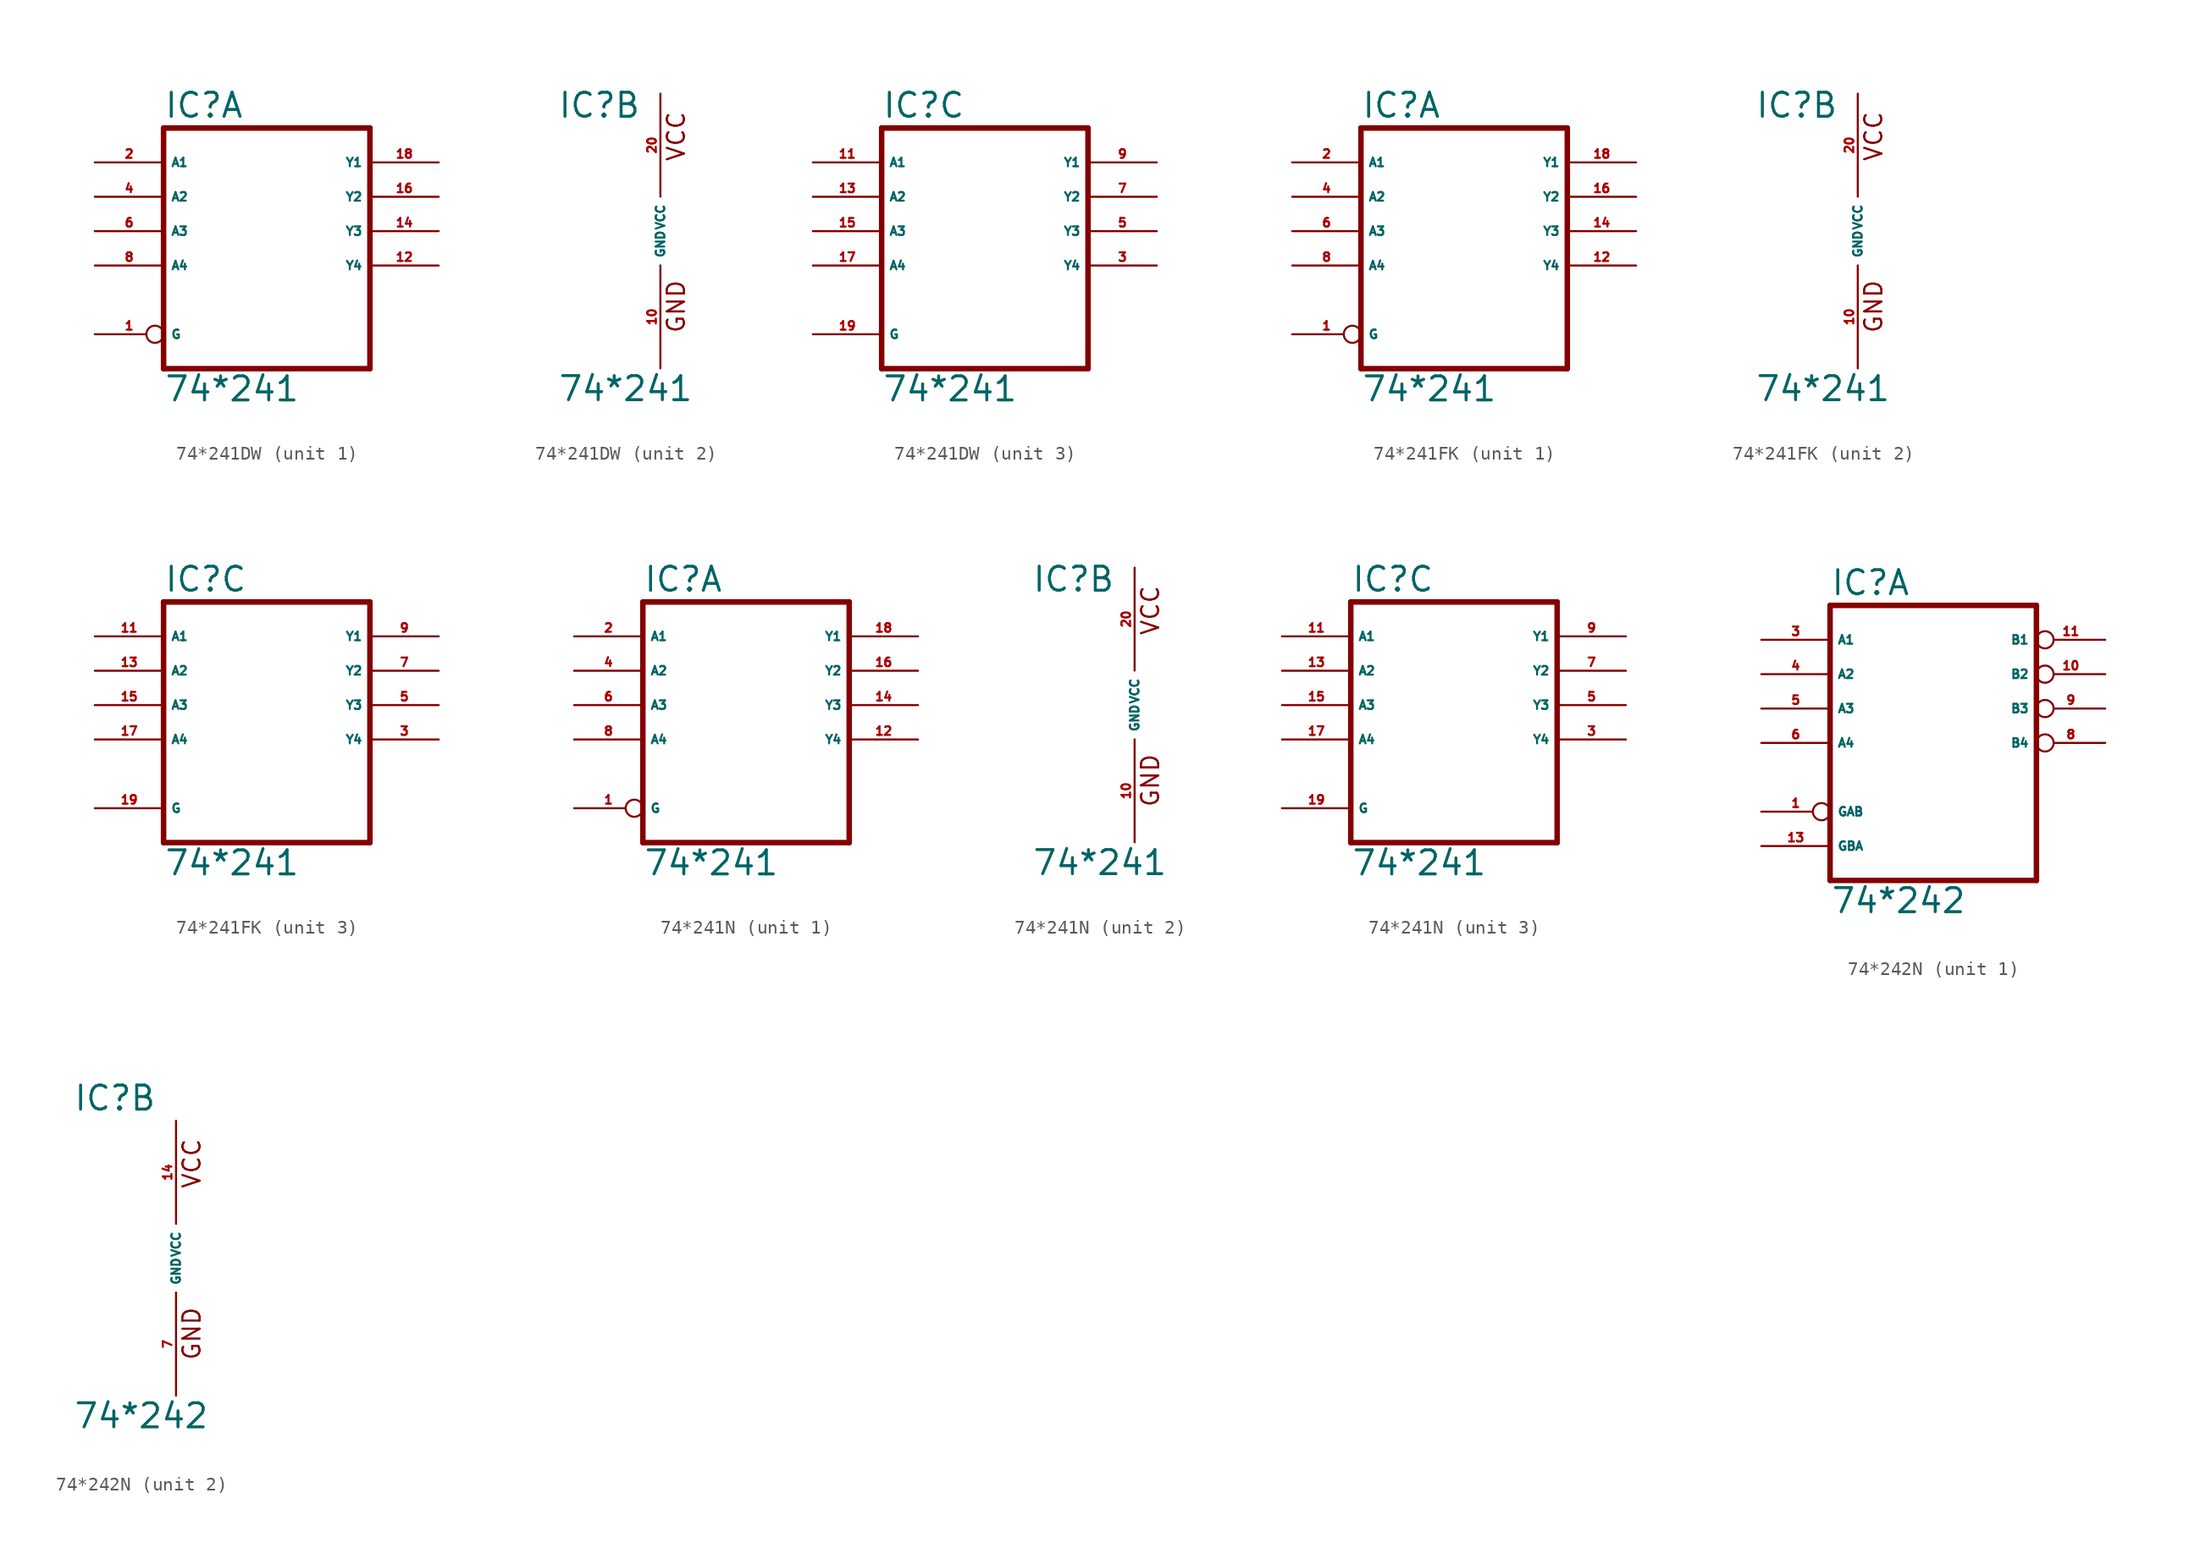
<source format=kicad_sym>
(kicad_symbol_lib
  (version 20220914)
  (generator Eagle2Kicad)
  (symbol "74*241DW"
    (property "Reference" "IC"
      (at -7.62 8.255 0)
      (effects (font (size 1.778 1.778) (thickness 0.22)) (justify left bottom)))
    (property "Value" "74*241"
      (at -7.62 -12.7 0)
      (effects (font (size 1.778 1.778) (thickness 0.22)) (justify left bottom)))
    (symbol "74*241DW_1_0"
      (polyline (pts (xy -7.62 -10.16) (xy 7.62 -10.16)) (stroke (width 0.406) (type default)) (fill (type none)))
      (polyline (pts (xy 7.62 -10.16) (xy 7.62 7.62)) (stroke (width 0.406) (type default)) (fill (type none)))
      (polyline (pts (xy 7.62 7.62) (xy -7.62 7.62)) (stroke (width 0.406) (type default)) (fill (type none)))
      (polyline (pts (xy -7.62 7.62) (xy -7.62 -10.16)) (stroke (width 0.406) (type default)) (fill (type none)))
      (pin input inverted (at -12.7 -7.62 0) (length 5.08) (name "G" (effects (font (size 0.635 0.635) (thickness 0.08)) (justify left bottom))) (number "1" (effects (font (size 0.635 0.635) (thickness 0.08)) (justify left bottom))))
      (pin input line (at -12.7 5.08 0) (length 5.08) (name "A1" (effects (font (size 0.635 0.635) (thickness 0.08)) (justify left bottom))) (number "2" (effects (font (size 0.635 0.635) (thickness 0.08)) (justify left bottom))))
      (pin input line (at -12.7 2.54 0) (length 5.08) (name "A2" (effects (font (size 0.635 0.635) (thickness 0.08)) (justify left bottom))) (number "4" (effects (font (size 0.635 0.635) (thickness 0.08)) (justify left bottom))))
      (pin input line (at -12.7 0 0) (length 5.08) (name "A3" (effects (font (size 0.635 0.635) (thickness 0.08)) (justify left bottom))) (number "6" (effects (font (size 0.635 0.635) (thickness 0.08)) (justify left bottom))))
      (pin input line (at -12.7 -2.54 0) (length 5.08) (name "A4" (effects (font (size 0.635 0.635) (thickness 0.08)) (justify left bottom))) (number "8" (effects (font (size 0.635 0.635) (thickness 0.08)) (justify left bottom))))
      (pin tri_state line (at 12.7 -2.54 180) (length 5.08) (name "Y4" (effects (font (size 0.635 0.635) (thickness 0.08)) (justify left bottom))) (number "12" (effects (font (size 0.635 0.635) (thickness 0.08)) (justify left bottom))))
      (pin tri_state line (at 12.7 0 180) (length 5.08) (name "Y3" (effects (font (size 0.635 0.635) (thickness 0.08)) (justify left bottom))) (number "14" (effects (font (size 0.635 0.635) (thickness 0.08)) (justify left bottom))))
      (pin tri_state line (at 12.7 2.54 180) (length 5.08) (name "Y2" (effects (font (size 0.635 0.635) (thickness 0.08)) (justify left bottom))) (number "16" (effects (font (size 0.635 0.635) (thickness 0.08)) (justify left bottom))))
      (pin tri_state line (at 12.7 5.08 180) (length 5.08) (name "Y1" (effects (font (size 0.635 0.635) (thickness 0.08)) (justify left bottom))) (number "18" (effects (font (size 0.635 0.635) (thickness 0.08)) (justify left bottom)))))
    (symbol "74*241DW_2_0"
      (text "GND" (at 1.905 -7.62 900) (effects (font (size 1.27 1.27) (thickness 0.16)) (justify left bottom)))
      (text "VCC" (at 1.905 5.08 900) (effects (font (size 1.27 1.27) (thickness 0.16)) (justify left bottom)))
      (pin unspecified line (at 0 -10.16 90) (length 7.62) (name "GND" (effects (font (size 0.635 0.635) (thickness 0.08)) (justify left bottom))) (number "10" (effects (font (size 0.635 0.635) (thickness 0.08)) (justify left bottom))))
      (pin unspecified line (at 0 10.16 270) (length 7.62) (name "VCC" (effects (font (size 0.635 0.635) (thickness 0.08)) (justify left bottom))) (number "20" (effects (font (size 0.635 0.635) (thickness 0.08)) (justify left bottom)))))
    (symbol "74*241DW_3_0"
      (polyline (pts (xy -7.62 -10.16) (xy 7.62 -10.16)) (stroke (width 0.406) (type default)) (fill (type none)))
      (polyline (pts (xy 7.62 -10.16) (xy 7.62 7.62)) (stroke (width 0.406) (type default)) (fill (type none)))
      (polyline (pts (xy 7.62 7.62) (xy -7.62 7.62)) (stroke (width 0.406) (type default)) (fill (type none)))
      (polyline (pts (xy -7.62 7.62) (xy -7.62 -10.16)) (stroke (width 0.406) (type default)) (fill (type none)))
      (pin input line (at -12.7 -7.62 0) (length 5.08) (name "G" (effects (font (size 0.635 0.635) (thickness 0.08)) (justify left bottom))) (number "19" (effects (font (size 0.635 0.635) (thickness 0.08)) (justify left bottom))))
      (pin input line (at -12.7 5.08 0) (length 5.08) (name "A1" (effects (font (size 0.635 0.635) (thickness 0.08)) (justify left bottom))) (number "11" (effects (font (size 0.635 0.635) (thickness 0.08)) (justify left bottom))))
      (pin input line (at -12.7 2.54 0) (length 5.08) (name "A2" (effects (font (size 0.635 0.635) (thickness 0.08)) (justify left bottom))) (number "13" (effects (font (size 0.635 0.635) (thickness 0.08)) (justify left bottom))))
      (pin input line (at -12.7 0 0) (length 5.08) (name "A3" (effects (font (size 0.635 0.635) (thickness 0.08)) (justify left bottom))) (number "15" (effects (font (size 0.635 0.635) (thickness 0.08)) (justify left bottom))))
      (pin input line (at -12.7 -2.54 0) (length 5.08) (name "A4" (effects (font (size 0.635 0.635) (thickness 0.08)) (justify left bottom))) (number "17" (effects (font (size 0.635 0.635) (thickness 0.08)) (justify left bottom))))
      (pin tri_state line (at 12.7 -2.54 180) (length 5.08) (name "Y4" (effects (font (size 0.635 0.635) (thickness 0.08)) (justify left bottom))) (number "3" (effects (font (size 0.635 0.635) (thickness 0.08)) (justify left bottom))))
      (pin tri_state line (at 12.7 0 180) (length 5.08) (name "Y3" (effects (font (size 0.635 0.635) (thickness 0.08)) (justify left bottom))) (number "5" (effects (font (size 0.635 0.635) (thickness 0.08)) (justify left bottom))))
      (pin tri_state line (at 12.7 2.54 180) (length 5.08) (name "Y2" (effects (font (size 0.635 0.635) (thickness 0.08)) (justify left bottom))) (number "7" (effects (font (size 0.635 0.635) (thickness 0.08)) (justify left bottom))))
      (pin tri_state line (at 12.7 5.08 180) (length 5.08) (name "Y1" (effects (font (size 0.635 0.635) (thickness 0.08)) (justify left bottom))) (number "9" (effects (font (size 0.635 0.635) (thickness 0.08)) (justify left bottom))))))
  (symbol "74*241FK"
    (property "Reference" "IC"
      (at -7.62 8.255 0)
      (effects (font (size 1.778 1.778) (thickness 0.22)) (justify left bottom)))
    (property "Value" "74*241"
      (at -7.62 -12.7 0)
      (effects (font (size 1.778 1.778) (thickness 0.22)) (justify left bottom)))
    (symbol "74*241FK_1_0"
      (polyline (pts (xy -7.62 -10.16) (xy 7.62 -10.16)) (stroke (width 0.406) (type default)) (fill (type none)))
      (polyline (pts (xy 7.62 -10.16) (xy 7.62 7.62)) (stroke (width 0.406) (type default)) (fill (type none)))
      (polyline (pts (xy 7.62 7.62) (xy -7.62 7.62)) (stroke (width 0.406) (type default)) (fill (type none)))
      (polyline (pts (xy -7.62 7.62) (xy -7.62 -10.16)) (stroke (width 0.406) (type default)) (fill (type none)))
      (pin input inverted (at -12.7 -7.62 0) (length 5.08) (name "G" (effects (font (size 0.635 0.635) (thickness 0.08)) (justify left bottom))) (number "1" (effects (font (size 0.635 0.635) (thickness 0.08)) (justify left bottom))))
      (pin input line (at -12.7 5.08 0) (length 5.08) (name "A1" (effects (font (size 0.635 0.635) (thickness 0.08)) (justify left bottom))) (number "2" (effects (font (size 0.635 0.635) (thickness 0.08)) (justify left bottom))))
      (pin input line (at -12.7 2.54 0) (length 5.08) (name "A2" (effects (font (size 0.635 0.635) (thickness 0.08)) (justify left bottom))) (number "4" (effects (font (size 0.635 0.635) (thickness 0.08)) (justify left bottom))))
      (pin input line (at -12.7 0 0) (length 5.08) (name "A3" (effects (font (size 0.635 0.635) (thickness 0.08)) (justify left bottom))) (number "6" (effects (font (size 0.635 0.635) (thickness 0.08)) (justify left bottom))))
      (pin input line (at -12.7 -2.54 0) (length 5.08) (name "A4" (effects (font (size 0.635 0.635) (thickness 0.08)) (justify left bottom))) (number "8" (effects (font (size 0.635 0.635) (thickness 0.08)) (justify left bottom))))
      (pin tri_state line (at 12.7 -2.54 180) (length 5.08) (name "Y4" (effects (font (size 0.635 0.635) (thickness 0.08)) (justify left bottom))) (number "12" (effects (font (size 0.635 0.635) (thickness 0.08)) (justify left bottom))))
      (pin tri_state line (at 12.7 0 180) (length 5.08) (name "Y3" (effects (font (size 0.635 0.635) (thickness 0.08)) (justify left bottom))) (number "14" (effects (font (size 0.635 0.635) (thickness 0.08)) (justify left bottom))))
      (pin tri_state line (at 12.7 2.54 180) (length 5.08) (name "Y2" (effects (font (size 0.635 0.635) (thickness 0.08)) (justify left bottom))) (number "16" (effects (font (size 0.635 0.635) (thickness 0.08)) (justify left bottom))))
      (pin tri_state line (at 12.7 5.08 180) (length 5.08) (name "Y1" (effects (font (size 0.635 0.635) (thickness 0.08)) (justify left bottom))) (number "18" (effects (font (size 0.635 0.635) (thickness 0.08)) (justify left bottom)))))
    (symbol "74*241FK_2_0"
      (text "GND" (at 1.905 -7.62 900) (effects (font (size 1.27 1.27) (thickness 0.16)) (justify left bottom)))
      (text "VCC" (at 1.905 5.08 900) (effects (font (size 1.27 1.27) (thickness 0.16)) (justify left bottom)))
      (pin unspecified line (at 0 -10.16 90) (length 7.62) (name "GND" (effects (font (size 0.635 0.635) (thickness 0.08)) (justify left bottom))) (number "10" (effects (font (size 0.635 0.635) (thickness 0.08)) (justify left bottom))))
      (pin unspecified line (at 0 10.16 270) (length 7.62) (name "VCC" (effects (font (size 0.635 0.635) (thickness 0.08)) (justify left bottom))) (number "20" (effects (font (size 0.635 0.635) (thickness 0.08)) (justify left bottom)))))
    (symbol "74*241FK_3_0"
      (polyline (pts (xy -7.62 -10.16) (xy 7.62 -10.16)) (stroke (width 0.406) (type default)) (fill (type none)))
      (polyline (pts (xy 7.62 -10.16) (xy 7.62 7.62)) (stroke (width 0.406) (type default)) (fill (type none)))
      (polyline (pts (xy 7.62 7.62) (xy -7.62 7.62)) (stroke (width 0.406) (type default)) (fill (type none)))
      (polyline (pts (xy -7.62 7.62) (xy -7.62 -10.16)) (stroke (width 0.406) (type default)) (fill (type none)))
      (pin input line (at -12.7 -7.62 0) (length 5.08) (name "G" (effects (font (size 0.635 0.635) (thickness 0.08)) (justify left bottom))) (number "19" (effects (font (size 0.635 0.635) (thickness 0.08)) (justify left bottom))))
      (pin input line (at -12.7 5.08 0) (length 5.08) (name "A1" (effects (font (size 0.635 0.635) (thickness 0.08)) (justify left bottom))) (number "11" (effects (font (size 0.635 0.635) (thickness 0.08)) (justify left bottom))))
      (pin input line (at -12.7 2.54 0) (length 5.08) (name "A2" (effects (font (size 0.635 0.635) (thickness 0.08)) (justify left bottom))) (number "13" (effects (font (size 0.635 0.635) (thickness 0.08)) (justify left bottom))))
      (pin input line (at -12.7 0 0) (length 5.08) (name "A3" (effects (font (size 0.635 0.635) (thickness 0.08)) (justify left bottom))) (number "15" (effects (font (size 0.635 0.635) (thickness 0.08)) (justify left bottom))))
      (pin input line (at -12.7 -2.54 0) (length 5.08) (name "A4" (effects (font (size 0.635 0.635) (thickness 0.08)) (justify left bottom))) (number "17" (effects (font (size 0.635 0.635) (thickness 0.08)) (justify left bottom))))
      (pin tri_state line (at 12.7 -2.54 180) (length 5.08) (name "Y4" (effects (font (size 0.635 0.635) (thickness 0.08)) (justify left bottom))) (number "3" (effects (font (size 0.635 0.635) (thickness 0.08)) (justify left bottom))))
      (pin tri_state line (at 12.7 0 180) (length 5.08) (name "Y3" (effects (font (size 0.635 0.635) (thickness 0.08)) (justify left bottom))) (number "5" (effects (font (size 0.635 0.635) (thickness 0.08)) (justify left bottom))))
      (pin tri_state line (at 12.7 2.54 180) (length 5.08) (name "Y2" (effects (font (size 0.635 0.635) (thickness 0.08)) (justify left bottom))) (number "7" (effects (font (size 0.635 0.635) (thickness 0.08)) (justify left bottom))))
      (pin tri_state line (at 12.7 5.08 180) (length 5.08) (name "Y1" (effects (font (size 0.635 0.635) (thickness 0.08)) (justify left bottom))) (number "9" (effects (font (size 0.635 0.635) (thickness 0.08)) (justify left bottom))))))
  (symbol "74*241N"
    (property "Reference" "IC"
      (at -7.62 8.255 0)
      (effects (font (size 1.778 1.778) (thickness 0.22)) (justify left bottom)))
    (property "Value" "74*241"
      (at -7.62 -12.7 0)
      (effects (font (size 1.778 1.778) (thickness 0.22)) (justify left bottom)))
    (symbol "74*241N_1_0"
      (polyline (pts (xy -7.62 -10.16) (xy 7.62 -10.16)) (stroke (width 0.406) (type default)) (fill (type none)))
      (polyline (pts (xy 7.62 -10.16) (xy 7.62 7.62)) (stroke (width 0.406) (type default)) (fill (type none)))
      (polyline (pts (xy 7.62 7.62) (xy -7.62 7.62)) (stroke (width 0.406) (type default)) (fill (type none)))
      (polyline (pts (xy -7.62 7.62) (xy -7.62 -10.16)) (stroke (width 0.406) (type default)) (fill (type none)))
      (pin input inverted (at -12.7 -7.62 0) (length 5.08) (name "G" (effects (font (size 0.635 0.635) (thickness 0.08)) (justify left bottom))) (number "1" (effects (font (size 0.635 0.635) (thickness 0.08)) (justify left bottom))))
      (pin input line (at -12.7 5.08 0) (length 5.08) (name "A1" (effects (font (size 0.635 0.635) (thickness 0.08)) (justify left bottom))) (number "2" (effects (font (size 0.635 0.635) (thickness 0.08)) (justify left bottom))))
      (pin input line (at -12.7 2.54 0) (length 5.08) (name "A2" (effects (font (size 0.635 0.635) (thickness 0.08)) (justify left bottom))) (number "4" (effects (font (size 0.635 0.635) (thickness 0.08)) (justify left bottom))))
      (pin input line (at -12.7 0 0) (length 5.08) (name "A3" (effects (font (size 0.635 0.635) (thickness 0.08)) (justify left bottom))) (number "6" (effects (font (size 0.635 0.635) (thickness 0.08)) (justify left bottom))))
      (pin input line (at -12.7 -2.54 0) (length 5.08) (name "A4" (effects (font (size 0.635 0.635) (thickness 0.08)) (justify left bottom))) (number "8" (effects (font (size 0.635 0.635) (thickness 0.08)) (justify left bottom))))
      (pin tri_state line (at 12.7 -2.54 180) (length 5.08) (name "Y4" (effects (font (size 0.635 0.635) (thickness 0.08)) (justify left bottom))) (number "12" (effects (font (size 0.635 0.635) (thickness 0.08)) (justify left bottom))))
      (pin tri_state line (at 12.7 0 180) (length 5.08) (name "Y3" (effects (font (size 0.635 0.635) (thickness 0.08)) (justify left bottom))) (number "14" (effects (font (size 0.635 0.635) (thickness 0.08)) (justify left bottom))))
      (pin tri_state line (at 12.7 2.54 180) (length 5.08) (name "Y2" (effects (font (size 0.635 0.635) (thickness 0.08)) (justify left bottom))) (number "16" (effects (font (size 0.635 0.635) (thickness 0.08)) (justify left bottom))))
      (pin tri_state line (at 12.7 5.08 180) (length 5.08) (name "Y1" (effects (font (size 0.635 0.635) (thickness 0.08)) (justify left bottom))) (number "18" (effects (font (size 0.635 0.635) (thickness 0.08)) (justify left bottom)))))
    (symbol "74*241N_2_0"
      (text "GND" (at 1.905 -7.62 900) (effects (font (size 1.27 1.27) (thickness 0.16)) (justify left bottom)))
      (text "VCC" (at 1.905 5.08 900) (effects (font (size 1.27 1.27) (thickness 0.16)) (justify left bottom)))
      (pin unspecified line (at 0 -10.16 90) (length 7.62) (name "GND" (effects (font (size 0.635 0.635) (thickness 0.08)) (justify left bottom))) (number "10" (effects (font (size 0.635 0.635) (thickness 0.08)) (justify left bottom))))
      (pin unspecified line (at 0 10.16 270) (length 7.62) (name "VCC" (effects (font (size 0.635 0.635) (thickness 0.08)) (justify left bottom))) (number "20" (effects (font (size 0.635 0.635) (thickness 0.08)) (justify left bottom)))))
    (symbol "74*241N_3_0"
      (polyline (pts (xy -7.62 -10.16) (xy 7.62 -10.16)) (stroke (width 0.406) (type default)) (fill (type none)))
      (polyline (pts (xy 7.62 -10.16) (xy 7.62 7.62)) (stroke (width 0.406) (type default)) (fill (type none)))
      (polyline (pts (xy 7.62 7.62) (xy -7.62 7.62)) (stroke (width 0.406) (type default)) (fill (type none)))
      (polyline (pts (xy -7.62 7.62) (xy -7.62 -10.16)) (stroke (width 0.406) (type default)) (fill (type none)))
      (pin input line (at -12.7 -7.62 0) (length 5.08) (name "G" (effects (font (size 0.635 0.635) (thickness 0.08)) (justify left bottom))) (number "19" (effects (font (size 0.635 0.635) (thickness 0.08)) (justify left bottom))))
      (pin input line (at -12.7 5.08 0) (length 5.08) (name "A1" (effects (font (size 0.635 0.635) (thickness 0.08)) (justify left bottom))) (number "11" (effects (font (size 0.635 0.635) (thickness 0.08)) (justify left bottom))))
      (pin input line (at -12.7 2.54 0) (length 5.08) (name "A2" (effects (font (size 0.635 0.635) (thickness 0.08)) (justify left bottom))) (number "13" (effects (font (size 0.635 0.635) (thickness 0.08)) (justify left bottom))))
      (pin input line (at -12.7 0 0) (length 5.08) (name "A3" (effects (font (size 0.635 0.635) (thickness 0.08)) (justify left bottom))) (number "15" (effects (font (size 0.635 0.635) (thickness 0.08)) (justify left bottom))))
      (pin input line (at -12.7 -2.54 0) (length 5.08) (name "A4" (effects (font (size 0.635 0.635) (thickness 0.08)) (justify left bottom))) (number "17" (effects (font (size 0.635 0.635) (thickness 0.08)) (justify left bottom))))
      (pin tri_state line (at 12.7 -2.54 180) (length 5.08) (name "Y4" (effects (font (size 0.635 0.635) (thickness 0.08)) (justify left bottom))) (number "3" (effects (font (size 0.635 0.635) (thickness 0.08)) (justify left bottom))))
      (pin tri_state line (at 12.7 0 180) (length 5.08) (name "Y3" (effects (font (size 0.635 0.635) (thickness 0.08)) (justify left bottom))) (number "5" (effects (font (size 0.635 0.635) (thickness 0.08)) (justify left bottom))))
      (pin tri_state line (at 12.7 2.54 180) (length 5.08) (name "Y2" (effects (font (size 0.635 0.635) (thickness 0.08)) (justify left bottom))) (number "7" (effects (font (size 0.635 0.635) (thickness 0.08)) (justify left bottom))))
      (pin tri_state line (at 12.7 5.08 180) (length 5.08) (name "Y1" (effects (font (size 0.635 0.635) (thickness 0.08)) (justify left bottom))) (number "9" (effects (font (size 0.635 0.635) (thickness 0.08)) (justify left bottom))))))
  (symbol "74*242N"
    (property "Reference" "IC"
      (at -7.62 10.795 0)
      (effects (font (size 1.778 1.778) (thickness 0.22)) (justify left bottom)))
    (property "Value" "74*242"
      (at -7.62 -12.7 0)
      (effects (font (size 1.778 1.778) (thickness 0.22)) (justify left bottom)))
    (symbol "74*242N_1_0"
      (polyline (pts (xy -7.62 -10.16) (xy 7.62 -10.16)) (stroke (width 0.406) (type default)) (fill (type none)))
      (polyline (pts (xy 7.62 -10.16) (xy 7.62 10.16)) (stroke (width 0.406) (type default)) (fill (type none)))
      (polyline (pts (xy 7.62 10.16) (xy -7.62 10.16)) (stroke (width 0.406) (type default)) (fill (type none)))
      (polyline (pts (xy -7.62 10.16) (xy -7.62 -10.16)) (stroke (width 0.406) (type default)) (fill (type none)))
      (pin input inverted (at -12.7 -5.08 0) (length 5.08) (name "GAB" (effects (font (size 0.635 0.635) (thickness 0.08)) (justify left bottom))) (number "1" (effects (font (size 0.635 0.635) (thickness 0.08)) (justify left bottom))))
      (pin bidirectional line (at -12.7 7.62 0) (length 5.08) (name "A1" (effects (font (size 0.635 0.635) (thickness 0.08)) (justify left bottom))) (number "3" (effects (font (size 0.635 0.635) (thickness 0.08)) (justify left bottom))))
      (pin bidirectional line (at -12.7 5.08 0) (length 5.08) (name "A2" (effects (font (size 0.635 0.635) (thickness 0.08)) (justify left bottom))) (number "4" (effects (font (size 0.635 0.635) (thickness 0.08)) (justify left bottom))))
      (pin bidirectional line (at -12.7 2.54 0) (length 5.08) (name "A3" (effects (font (size 0.635 0.635) (thickness 0.08)) (justify left bottom))) (number "5" (effects (font (size 0.635 0.635) (thickness 0.08)) (justify left bottom))))
      (pin bidirectional line (at -12.7 0 0) (length 5.08) (name "A4" (effects (font (size 0.635 0.635) (thickness 0.08)) (justify left bottom))) (number "6" (effects (font (size 0.635 0.635) (thickness 0.08)) (justify left bottom))))
      (pin bidirectional inverted (at 12.7 0 180) (length 5.08) (name "B4" (effects (font (size 0.635 0.635) (thickness 0.08)) (justify left bottom))) (number "8" (effects (font (size 0.635 0.635) (thickness 0.08)) (justify left bottom))))
      (pin bidirectional inverted (at 12.7 2.54 180) (length 5.08) (name "B3" (effects (font (size 0.635 0.635) (thickness 0.08)) (justify left bottom))) (number "9" (effects (font (size 0.635 0.635) (thickness 0.08)) (justify left bottom))))
      (pin bidirectional inverted (at 12.7 5.08 180) (length 5.08) (name "B2" (effects (font (size 0.635 0.635) (thickness 0.08)) (justify left bottom))) (number "10" (effects (font (size 0.635 0.635) (thickness 0.08)) (justify left bottom))))
      (pin bidirectional inverted (at 12.7 7.62 180) (length 5.08) (name "B1" (effects (font (size 0.635 0.635) (thickness 0.08)) (justify left bottom))) (number "11" (effects (font (size 0.635 0.635) (thickness 0.08)) (justify left bottom))))
      (pin input line (at -12.7 -7.62 0) (length 5.08) (name "GBA" (effects (font (size 0.635 0.635) (thickness 0.08)) (justify left bottom))) (number "13" (effects (font (size 0.635 0.635) (thickness 0.08)) (justify left bottom)))))
    (symbol "74*242N_2_0"
      (text "GND" (at 1.905 -7.62 900) (effects (font (size 1.27 1.27) (thickness 0.16)) (justify left bottom)))
      (text "VCC" (at 1.905 5.08 900) (effects (font (size 1.27 1.27) (thickness 0.16)) (justify left bottom)))
      (pin unspecified line (at 0 -10.16 90) (length 7.62) (name "GND" (effects (font (size 0.635 0.635) (thickness 0.08)) (justify left bottom))) (number "7" (effects (font (size 0.635 0.635) (thickness 0.08)) (justify left bottom))))
      (pin unspecified line (at 0 10.16 270) (length 7.62) (name "VCC" (effects (font (size 0.635 0.635) (thickness 0.08)) (justify left bottom))) (number "14" (effects (font (size 0.635 0.635) (thickness 0.08)) (justify left bottom)))))))
</source>
